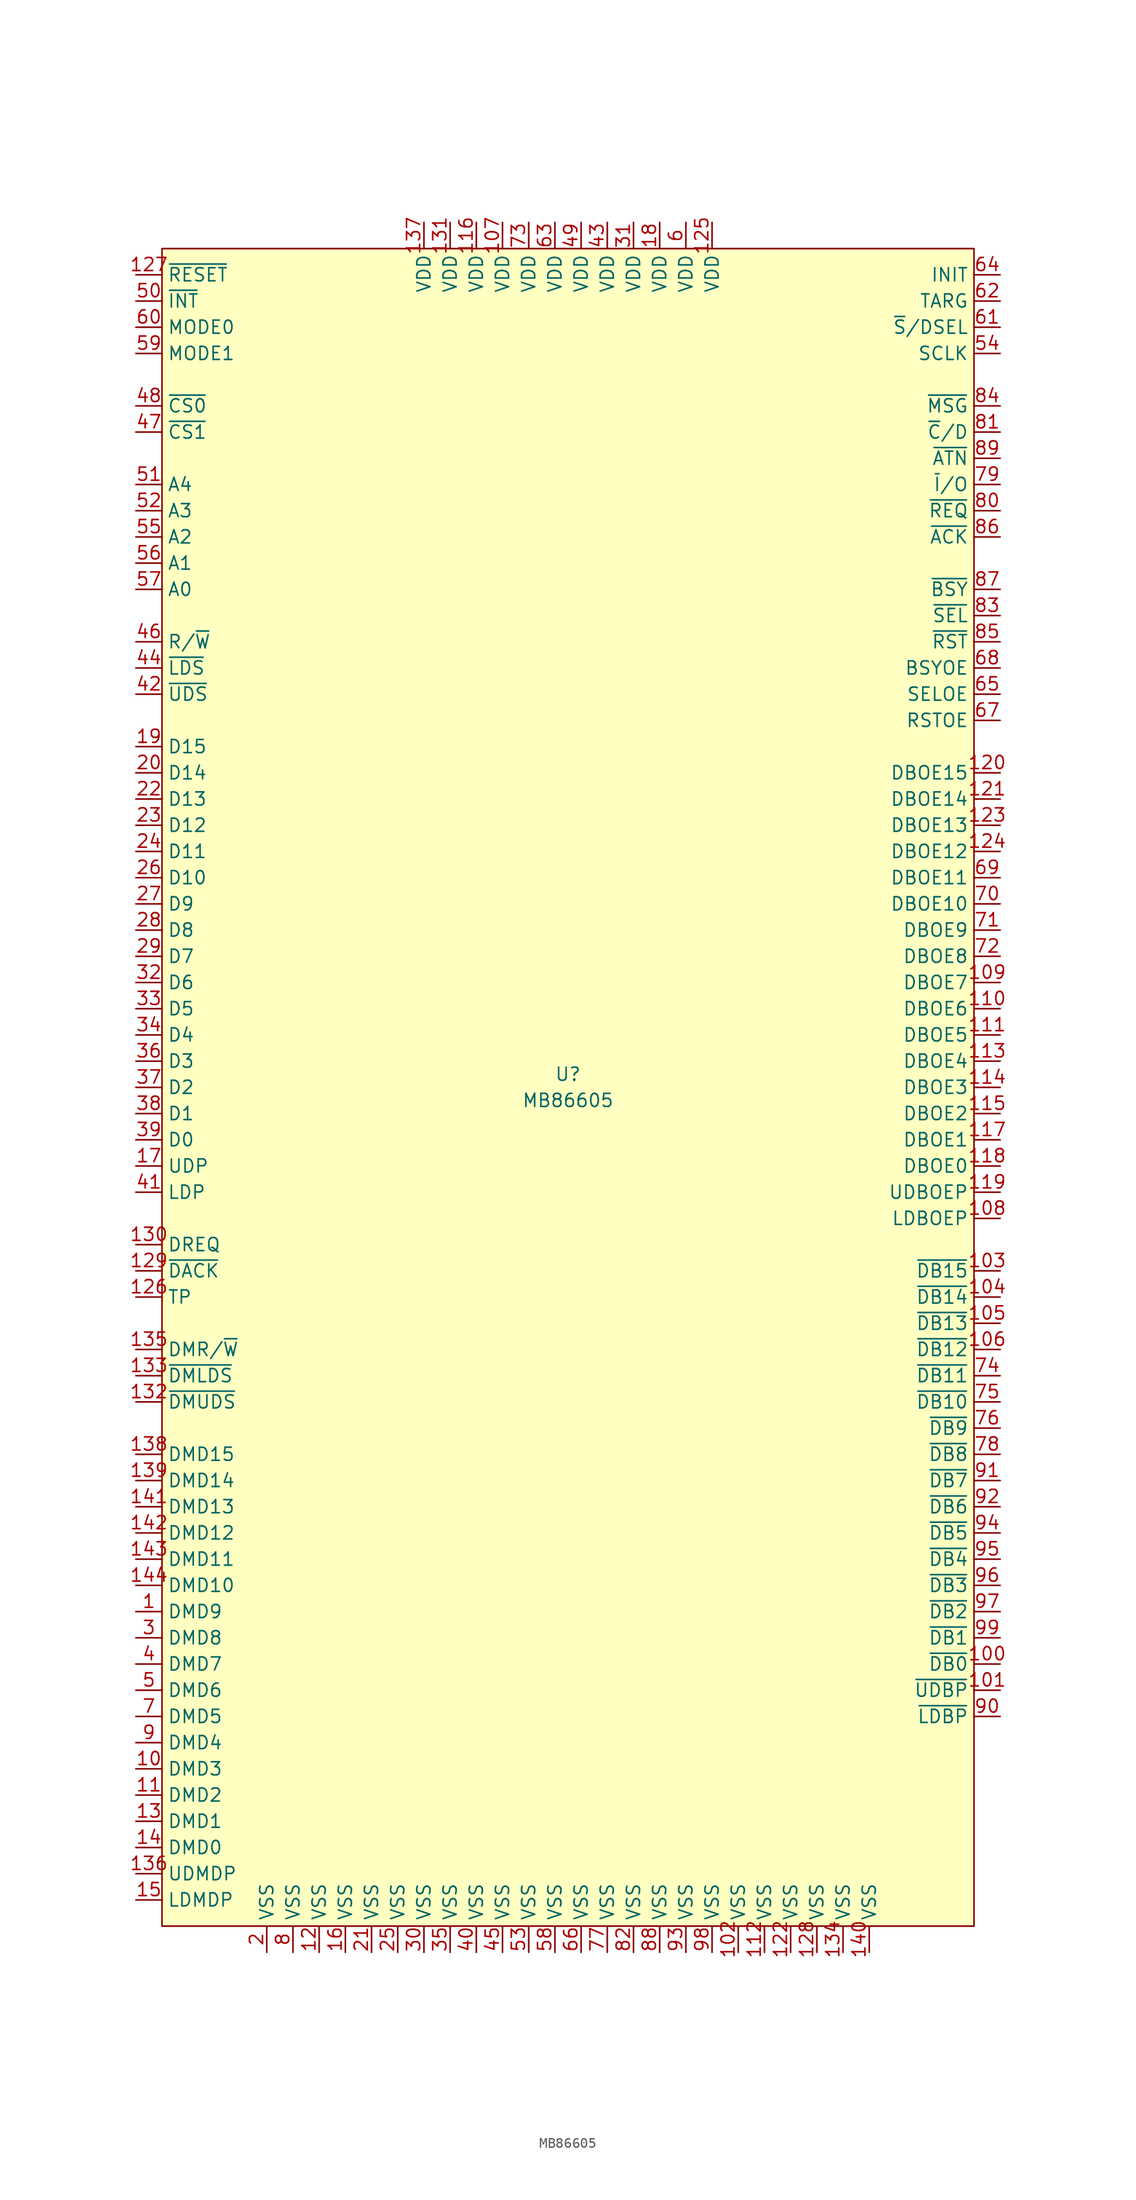
<source format=kicad_sym>
(kicad_symbol_lib
  (version 20220914)
  (generator kicad_symbol_editor)
  (symbol "MB86605"
    (property "Reference" "U"
      (at 0 1.27 0)
      (effects (font (size 1.27 1.27))))
    (property "Value" "MB86605"
      (at 0 -1.27 0)
      (effects (font (size 1.27 1.27))))
    (symbol "MB86605_0_0"
      (pin unspecified line (at -41.91 -50.8 0) (length 2.54) (name "DMD9" (effects (font (size 1.27 1.27)))) (number "1" (effects (font (size 1.27 1.27)))))
      (pin unspecified line (at -41.91 -66.04 0) (length 2.54) (name "DMD3" (effects (font (size 1.27 1.27)))) (number "10" (effects (font (size 1.27 1.27)))))
      (pin unspecified line (at 41.91 -55.88 180) (length 2.54) (name "~{DB0}" (effects (font (size 1.27 1.27)))) (number "100" (effects (font (size 1.27 1.27)))))
      (pin unspecified line (at 41.91 -58.42 180) (length 2.54) (name "~{UDBP}" (effects (font (size 1.27 1.27)))) (number "101" (effects (font (size 1.27 1.27)))))
      (pin unspecified line (at 16.51 -83.82 90) (length 2.54) (name "VSS" (effects (font (size 1.27 1.27)))) (number "102" (effects (font (size 1.27 1.27)))))
      (pin unspecified line (at 41.91 -17.78 180) (length 2.54) (name "~{DB15}" (effects (font (size 1.27 1.27)))) (number "103" (effects (font (size 1.27 1.27)))))
      (pin unspecified line (at 41.91 -20.32 180) (length 2.54) (name "~{DB14}" (effects (font (size 1.27 1.27)))) (number "104" (effects (font (size 1.27 1.27)))))
      (pin unspecified line (at 41.91 -22.86 180) (length 2.54) (name "~{DB13}" (effects (font (size 1.27 1.27)))) (number "105" (effects (font (size 1.27 1.27)))))
      (pin unspecified line (at 41.91 -25.4 180) (length 2.54) (name "~{DB12}" (effects (font (size 1.27 1.27)))) (number "106" (effects (font (size 1.27 1.27)))))
      (pin unspecified line (at -6.35 83.82 270) (length 2.54) (name "VDD" (effects (font (size 1.27 1.27)))) (number "107" (effects (font (size 1.27 1.27)))))
      (pin unspecified line (at 41.91 -12.7 180) (length 2.54) (name "LDBOEP" (effects (font (size 1.27 1.27)))) (number "108" (effects (font (size 1.27 1.27)))))
      (pin unspecified line (at 41.91 10.16 180) (length 2.54) (name "DBOE7" (effects (font (size 1.27 1.27)))) (number "109" (effects (font (size 1.27 1.27)))))
      (pin unspecified line (at -41.91 -68.58 0) (length 2.54) (name "DMD2" (effects (font (size 1.27 1.27)))) (number "11" (effects (font (size 1.27 1.27)))))
      (pin unspecified line (at 41.91 7.62 180) (length 2.54) (name "DBOE6" (effects (font (size 1.27 1.27)))) (number "110" (effects (font (size 1.27 1.27)))))
      (pin unspecified line (at 41.91 5.08 180) (length 2.54) (name "DBOE5" (effects (font (size 1.27 1.27)))) (number "111" (effects (font (size 1.27 1.27)))))
      (pin unspecified line (at 19.05 -83.82 90) (length 2.54) (name "VSS" (effects (font (size 1.27 1.27)))) (number "112" (effects (font (size 1.27 1.27)))))
      (pin unspecified line (at 41.91 2.54 180) (length 2.54) (name "DBOE4" (effects (font (size 1.27 1.27)))) (number "113" (effects (font (size 1.27 1.27)))))
      (pin unspecified line (at 41.91 0 180) (length 2.54) (name "DBOE3" (effects (font (size 1.27 1.27)))) (number "114" (effects (font (size 1.27 1.27)))))
      (pin unspecified line (at 41.91 -2.54 180) (length 2.54) (name "DBOE2" (effects (font (size 1.27 1.27)))) (number "115" (effects (font (size 1.27 1.27)))))
      (pin unspecified line (at -8.89 83.82 270) (length 2.54) (name "VDD" (effects (font (size 1.27 1.27)))) (number "116" (effects (font (size 1.27 1.27)))))
      (pin unspecified line (at 41.91 -5.08 180) (length 2.54) (name "DBOE1" (effects (font (size 1.27 1.27)))) (number "117" (effects (font (size 1.27 1.27)))))
      (pin unspecified line (at 41.91 -7.62 180) (length 2.54) (name "DBOE0" (effects (font (size 1.27 1.27)))) (number "118" (effects (font (size 1.27 1.27)))))
      (pin unspecified line (at 41.91 -10.16 180) (length 2.54) (name "UDBOEP" (effects (font (size 1.27 1.27)))) (number "119" (effects (font (size 1.27 1.27)))))
      (pin unspecified line (at -24.13 -83.82 90) (length 2.54) (name "VSS" (effects (font (size 1.27 1.27)))) (number "12" (effects (font (size 1.27 1.27)))))
      (pin unspecified line (at 41.91 30.48 180) (length 2.54) (name "DBOE15" (effects (font (size 1.27 1.27)))) (number "120" (effects (font (size 1.27 1.27)))))
      (pin unspecified line (at 41.91 27.94 180) (length 2.54) (name "DBOE14" (effects (font (size 1.27 1.27)))) (number "121" (effects (font (size 1.27 1.27)))))
      (pin unspecified line (at 21.59 -83.82 90) (length 2.54) (name "VSS" (effects (font (size 1.27 1.27)))) (number "122" (effects (font (size 1.27 1.27)))))
      (pin unspecified line (at 41.91 25.4 180) (length 2.54) (name "DBOE13" (effects (font (size 1.27 1.27)))) (number "123" (effects (font (size 1.27 1.27)))))
      (pin unspecified line (at 41.91 22.86 180) (length 2.54) (name "DBOE12" (effects (font (size 1.27 1.27)))) (number "124" (effects (font (size 1.27 1.27)))))
      (pin unspecified line (at -41.91 -20.32 0) (length 2.54) (name "TP" (effects (font (size 1.27 1.27)))) (number "126" (effects (font (size 1.27 1.27)))))
      (pin unspecified line (at -41.91 78.74 0) (length 2.54) (name "~{RESET}" (effects (font (size 1.27 1.27)))) (number "127" (effects (font (size 1.27 1.27)))))
      (pin unspecified line (at 24.13 -83.82 90) (length 2.54) (name "VSS" (effects (font (size 1.27 1.27)))) (number "128" (effects (font (size 1.27 1.27)))))
      (pin unspecified line (at -41.91 -17.78 0) (length 2.54) (name "~{DACK}" (effects (font (size 1.27 1.27)))) (number "129" (effects (font (size 1.27 1.27)))))
      (pin unspecified line (at -41.91 -71.12 0) (length 2.54) (name "DMD1" (effects (font (size 1.27 1.27)))) (number "13" (effects (font (size 1.27 1.27)))))
      (pin unspecified line (at -41.91 -15.24 0) (length 2.54) (name "DREQ" (effects (font (size 1.27 1.27)))) (number "130" (effects (font (size 1.27 1.27)))))
      (pin unspecified line (at -11.43 83.82 270) (length 2.54) (name "VDD" (effects (font (size 1.27 1.27)))) (number "131" (effects (font (size 1.27 1.27)))))
      (pin unspecified line (at -41.91 -30.48 0) (length 2.54) (name "~{DMUDS}" (effects (font (size 1.27 1.27)))) (number "132" (effects (font (size 1.27 1.27)))))
      (pin unspecified line (at -41.91 -27.94 0) (length 2.54) (name "~{DMLDS}" (effects (font (size 1.27 1.27)))) (number "133" (effects (font (size 1.27 1.27)))))
      (pin unspecified line (at 26.67 -83.82 90) (length 2.54) (name "VSS" (effects (font (size 1.27 1.27)))) (number "134" (effects (font (size 1.27 1.27)))))
      (pin unspecified line (at -41.91 -25.4 0) (length 2.54) (name "DMR/~{W}" (effects (font (size 1.27 1.27)))) (number "135" (effects (font (size 1.27 1.27)))))
      (pin unspecified line (at -41.91 -76.2 0) (length 2.54) (name "UDMDP" (effects (font (size 1.27 1.27)))) (number "136" (effects (font (size 1.27 1.27)))))
      (pin unspecified line (at -13.97 83.82 270) (length 2.54) (name "VDD" (effects (font (size 1.27 1.27)))) (number "137" (effects (font (size 1.27 1.27)))))
      (pin unspecified line (at -41.91 -35.56 0) (length 2.54) (name "DMD15" (effects (font (size 1.27 1.27)))) (number "138" (effects (font (size 1.27 1.27)))))
      (pin unspecified line (at -41.91 -38.1 0) (length 2.54) (name "DMD14" (effects (font (size 1.27 1.27)))) (number "139" (effects (font (size 1.27 1.27)))))
      (pin unspecified line (at -41.91 -73.66 0) (length 2.54) (name "DMD0" (effects (font (size 1.27 1.27)))) (number "14" (effects (font (size 1.27 1.27)))))
      (pin unspecified line (at 29.21 -83.82 90) (length 2.54) (name "VSS" (effects (font (size 1.27 1.27)))) (number "140" (effects (font (size 1.27 1.27)))))
      (pin unspecified line (at -41.91 -40.64 0) (length 2.54) (name "DMD13" (effects (font (size 1.27 1.27)))) (number "141" (effects (font (size 1.27 1.27)))))
      (pin unspecified line (at -41.91 -43.18 0) (length 2.54) (name "DMD12" (effects (font (size 1.27 1.27)))) (number "142" (effects (font (size 1.27 1.27)))))
      (pin unspecified line (at -41.91 -45.72 0) (length 2.54) (name "DMD11" (effects (font (size 1.27 1.27)))) (number "143" (effects (font (size 1.27 1.27)))))
      (pin unspecified line (at -41.91 -48.26 0) (length 2.54) (name "DMD10" (effects (font (size 1.27 1.27)))) (number "144" (effects (font (size 1.27 1.27)))))
      (pin unspecified line (at -41.91 -78.74 0) (length 2.54) (name "LDMDP" (effects (font (size 1.27 1.27)))) (number "15" (effects (font (size 1.27 1.27)))))
      (pin unspecified line (at -21.59 -83.82 90) (length 2.54) (name "VSS" (effects (font (size 1.27 1.27)))) (number "16" (effects (font (size 1.27 1.27)))))
      (pin unspecified line (at -41.91 -7.62 0) (length 2.54) (name "UDP" (effects (font (size 1.27 1.27)))) (number "17" (effects (font (size 1.27 1.27)))))
      (pin unspecified line (at 8.89 83.82 270) (length 2.54) (name "VDD" (effects (font (size 1.27 1.27)))) (number "18" (effects (font (size 1.27 1.27)))))
      (pin unspecified line (at -41.91 33.02 0) (length 2.54) (name "D15" (effects (font (size 1.27 1.27)))) (number "19" (effects (font (size 1.27 1.27)))))
      (pin unspecified line (at -29.21 -83.82 90) (length 2.54) (name "VSS" (effects (font (size 1.27 1.27)))) (number "2" (effects (font (size 1.27 1.27)))))
      (pin unspecified line (at -41.91 30.48 0) (length 2.54) (name "D14" (effects (font (size 1.27 1.27)))) (number "20" (effects (font (size 1.27 1.27)))))
      (pin unspecified line (at -19.05 -83.82 90) (length 2.54) (name "VSS" (effects (font (size 1.27 1.27)))) (number "21" (effects (font (size 1.27 1.27)))))
      (pin unspecified line (at -41.91 27.94 0) (length 2.54) (name "D13" (effects (font (size 1.27 1.27)))) (number "22" (effects (font (size 1.27 1.27)))))
      (pin unspecified line (at -41.91 25.4 0) (length 2.54) (name "D12" (effects (font (size 1.27 1.27)))) (number "23" (effects (font (size 1.27 1.27)))))
      (pin unspecified line (at -41.91 22.86 0) (length 2.54) (name "D11" (effects (font (size 1.27 1.27)))) (number "24" (effects (font (size 1.27 1.27)))))
      (pin unspecified line (at -16.51 -83.82 90) (length 2.54) (name "VSS" (effects (font (size 1.27 1.27)))) (number "25" (effects (font (size 1.27 1.27)))))
      (pin unspecified line (at -41.91 20.32 0) (length 2.54) (name "D10" (effects (font (size 1.27 1.27)))) (number "26" (effects (font (size 1.27 1.27)))))
      (pin unspecified line (at -41.91 17.78 0) (length 2.54) (name "D9" (effects (font (size 1.27 1.27)))) (number "27" (effects (font (size 1.27 1.27)))))
      (pin unspecified line (at -41.91 15.24 0) (length 2.54) (name "D8" (effects (font (size 1.27 1.27)))) (number "28" (effects (font (size 1.27 1.27)))))
      (pin unspecified line (at -41.91 12.7 0) (length 2.54) (name "D7" (effects (font (size 1.27 1.27)))) (number "29" (effects (font (size 1.27 1.27)))))
      (pin unspecified line (at -41.91 -53.34 0) (length 2.54) (name "DMD8" (effects (font (size 1.27 1.27)))) (number "3" (effects (font (size 1.27 1.27)))))
      (pin unspecified line (at -13.97 -83.82 90) (length 2.54) (name "VSS" (effects (font (size 1.27 1.27)))) (number "30" (effects (font (size 1.27 1.27)))))
      (pin unspecified line (at 6.35 83.82 270) (length 2.54) (name "VDD" (effects (font (size 1.27 1.27)))) (number "31" (effects (font (size 1.27 1.27)))))
      (pin unspecified line (at -41.91 10.16 0) (length 2.54) (name "D6" (effects (font (size 1.27 1.27)))) (number "32" (effects (font (size 1.27 1.27)))))
      (pin unspecified line (at -41.91 7.62 0) (length 2.54) (name "D5" (effects (font (size 1.27 1.27)))) (number "33" (effects (font (size 1.27 1.27)))))
      (pin unspecified line (at -41.91 5.08 0) (length 2.54) (name "D4" (effects (font (size 1.27 1.27)))) (number "34" (effects (font (size 1.27 1.27)))))
      (pin unspecified line (at -11.43 -83.82 90) (length 2.54) (name "VSS" (effects (font (size 1.27 1.27)))) (number "35" (effects (font (size 1.27 1.27)))))
      (pin unspecified line (at -41.91 2.54 0) (length 2.54) (name "D3" (effects (font (size 1.27 1.27)))) (number "36" (effects (font (size 1.27 1.27)))))
      (pin unspecified line (at -41.91 0 0) (length 2.54) (name "D2" (effects (font (size 1.27 1.27)))) (number "37" (effects (font (size 1.27 1.27)))))
      (pin unspecified line (at -41.91 -2.54 0) (length 2.54) (name "D1" (effects (font (size 1.27 1.27)))) (number "38" (effects (font (size 1.27 1.27)))))
      (pin unspecified line (at -41.91 -5.08 0) (length 2.54) (name "D0" (effects (font (size 1.27 1.27)))) (number "39" (effects (font (size 1.27 1.27)))))
      (pin unspecified line (at -41.91 -55.88 0) (length 2.54) (name "DMD7" (effects (font (size 1.27 1.27)))) (number "4" (effects (font (size 1.27 1.27)))))
      (pin unspecified line (at -8.89 -83.82 90) (length 2.54) (name "VSS" (effects (font (size 1.27 1.27)))) (number "40" (effects (font (size 1.27 1.27)))))
      (pin unspecified line (at -41.91 -10.16 0) (length 2.54) (name "LDP" (effects (font (size 1.27 1.27)))) (number "41" (effects (font (size 1.27 1.27)))))
      (pin unspecified line (at -41.91 38.1 0) (length 2.54) (name "~{UDS}" (effects (font (size 1.27 1.27)))) (number "42" (effects (font (size 1.27 1.27)))))
      (pin unspecified line (at 3.81 83.82 270) (length 2.54) (name "VDD" (effects (font (size 1.27 1.27)))) (number "43" (effects (font (size 1.27 1.27)))))
      (pin unspecified line (at -41.91 40.64 0) (length 2.54) (name "~{LDS}" (effects (font (size 1.27 1.27)))) (number "44" (effects (font (size 1.27 1.27)))))
      (pin unspecified line (at -6.35 -83.82 90) (length 2.54) (name "VSS" (effects (font (size 1.27 1.27)))) (number "45" (effects (font (size 1.27 1.27)))))
      (pin unspecified line (at -41.91 43.18 0) (length 2.54) (name "R/~{W}" (effects (font (size 1.27 1.27)))) (number "46" (effects (font (size 1.27 1.27)))))
      (pin unspecified line (at -41.91 63.5 0) (length 2.54) (name "~{CS1}" (effects (font (size 1.27 1.27)))) (number "47" (effects (font (size 1.27 1.27)))))
      (pin unspecified line (at -41.91 66.04 0) (length 2.54) (name "~{CS0}" (effects (font (size 1.27 1.27)))) (number "48" (effects (font (size 1.27 1.27)))))
      (pin unspecified line (at 1.27 83.82 270) (length 2.54) (name "VDD" (effects (font (size 1.27 1.27)))) (number "49" (effects (font (size 1.27 1.27)))))
      (pin unspecified line (at -41.91 -58.42 0) (length 2.54) (name "DMD6" (effects (font (size 1.27 1.27)))) (number "5" (effects (font (size 1.27 1.27)))))
      (pin unspecified line (at -41.91 76.2 0) (length 2.54) (name "~{INT}" (effects (font (size 1.27 1.27)))) (number "50" (effects (font (size 1.27 1.27)))))
      (pin unspecified line (at -41.91 58.42 0) (length 2.54) (name "A4" (effects (font (size 1.27 1.27)))) (number "51" (effects (font (size 1.27 1.27)))))
      (pin unspecified line (at -41.91 55.88 0) (length 2.54) (name "A3" (effects (font (size 1.27 1.27)))) (number "52" (effects (font (size 1.27 1.27)))))
      (pin unspecified line (at -3.81 -83.82 90) (length 2.54) (name "VSS" (effects (font (size 1.27 1.27)))) (number "53" (effects (font (size 1.27 1.27)))))
      (pin unspecified line (at 41.91 71.12 180) (length 2.54) (name "SCLK" (effects (font (size 1.27 1.27)))) (number "54" (effects (font (size 1.27 1.27)))))
      (pin unspecified line (at -41.91 53.34 0) (length 2.54) (name "A2" (effects (font (size 1.27 1.27)))) (number "55" (effects (font (size 1.27 1.27)))))
      (pin unspecified line (at -41.91 50.8 0) (length 2.54) (name "A1" (effects (font (size 1.27 1.27)))) (number "56" (effects (font (size 1.27 1.27)))))
      (pin unspecified line (at -41.91 48.26 0) (length 2.54) (name "A0" (effects (font (size 1.27 1.27)))) (number "57" (effects (font (size 1.27 1.27)))))
      (pin unspecified line (at -1.27 -83.82 90) (length 2.54) (name "VSS" (effects (font (size 1.27 1.27)))) (number "58" (effects (font (size 1.27 1.27)))))
      (pin unspecified line (at -41.91 71.12 0) (length 2.54) (name "MODE1" (effects (font (size 1.27 1.27)))) (number "59" (effects (font (size 1.27 1.27)))))
      (pin unspecified line (at 11.43 83.82 270) (length 2.54) (name "VDD" (effects (font (size 1.27 1.27)))) (number "6" (effects (font (size 1.27 1.27)))))
      (pin unspecified line (at -41.91 73.66 0) (length 2.54) (name "MODE0" (effects (font (size 1.27 1.27)))) (number "60" (effects (font (size 1.27 1.27)))))
      (pin unspecified line (at 41.91 73.66 180) (length 2.54) (name "~{S}/DSEL" (effects (font (size 1.27 1.27)))) (number "61" (effects (font (size 1.27 1.27)))))
      (pin unspecified line (at 41.91 76.2 180) (length 2.54) (name "TARG" (effects (font (size 1.27 1.27)))) (number "62" (effects (font (size 1.27 1.27)))))
      (pin unspecified line (at -1.27 83.82 270) (length 2.54) (name "VDD" (effects (font (size 1.27 1.27)))) (number "63" (effects (font (size 1.27 1.27)))))
      (pin unspecified line (at 41.91 78.74 180) (length 2.54) (name "INIT" (effects (font (size 1.27 1.27)))) (number "64" (effects (font (size 1.27 1.27)))))
      (pin unspecified line (at 41.91 38.1 180) (length 2.54) (name "SELOE" (effects (font (size 1.27 1.27)))) (number "65" (effects (font (size 1.27 1.27)))))
      (pin unspecified line (at 1.27 -83.82 90) (length 2.54) (name "VSS" (effects (font (size 1.27 1.27)))) (number "66" (effects (font (size 1.27 1.27)))))
      (pin unspecified line (at 41.91 35.56 180) (length 2.54) (name "RSTOE" (effects (font (size 1.27 1.27)))) (number "67" (effects (font (size 1.27 1.27)))))
      (pin unspecified line (at 41.91 40.64 180) (length 2.54) (name "BSYOE" (effects (font (size 1.27 1.27)))) (number "68" (effects (font (size 1.27 1.27)))))
      (pin unspecified line (at 41.91 20.32 180) (length 2.54) (name "DBOE11" (effects (font (size 1.27 1.27)))) (number "69" (effects (font (size 1.27 1.27)))))
      (pin unspecified line (at -41.91 -60.96 0) (length 2.54) (name "DMD5" (effects (font (size 1.27 1.27)))) (number "7" (effects (font (size 1.27 1.27)))))
      (pin unspecified line (at 41.91 17.78 180) (length 2.54) (name "DBOE10" (effects (font (size 1.27 1.27)))) (number "70" (effects (font (size 1.27 1.27)))))
      (pin unspecified line (at 41.91 15.24 180) (length 2.54) (name "DBOE9" (effects (font (size 1.27 1.27)))) (number "71" (effects (font (size 1.27 1.27)))))
      (pin unspecified line (at 41.91 12.7 180) (length 2.54) (name "DBOE8" (effects (font (size 1.27 1.27)))) (number "72" (effects (font (size 1.27 1.27)))))
      (pin unspecified line (at -3.81 83.82 270) (length 2.54) (name "VDD" (effects (font (size 1.27 1.27)))) (number "73" (effects (font (size 1.27 1.27)))))
      (pin unspecified line (at 41.91 -27.94 180) (length 2.54) (name "~{DB11}" (effects (font (size 1.27 1.27)))) (number "74" (effects (font (size 1.27 1.27)))))
      (pin unspecified line (at 41.91 -30.48 180) (length 2.54) (name "~{DB10}" (effects (font (size 1.27 1.27)))) (number "75" (effects (font (size 1.27 1.27)))))
      (pin unspecified line (at 41.91 -33.02 180) (length 2.54) (name "~{DB9}" (effects (font (size 1.27 1.27)))) (number "76" (effects (font (size 1.27 1.27)))))
      (pin unspecified line (at 3.81 -83.82 90) (length 2.54) (name "VSS" (effects (font (size 1.27 1.27)))) (number "77" (effects (font (size 1.27 1.27)))))
      (pin unspecified line (at 41.91 -35.56 180) (length 2.54) (name "~{DB8}" (effects (font (size 1.27 1.27)))) (number "78" (effects (font (size 1.27 1.27)))))
      (pin unspecified line (at 41.91 58.42 180) (length 2.54) (name "~{I}/O" (effects (font (size 1.27 1.27)))) (number "79" (effects (font (size 1.27 1.27)))))
      (pin unspecified line (at -26.67 -83.82 90) (length 2.54) (name "VSS" (effects (font (size 1.27 1.27)))) (number "8" (effects (font (size 1.27 1.27)))))
      (pin unspecified line (at 41.91 55.88 180) (length 2.54) (name "~{REQ}" (effects (font (size 1.27 1.27)))) (number "80" (effects (font (size 1.27 1.27)))))
      (pin unspecified line (at 41.91 63.5 180) (length 2.54) (name "~{C}/D" (effects (font (size 1.27 1.27)))) (number "81" (effects (font (size 1.27 1.27)))))
      (pin unspecified line (at 6.35 -83.82 90) (length 2.54) (name "VSS" (effects (font (size 1.27 1.27)))) (number "82" (effects (font (size 1.27 1.27)))))
      (pin unspecified line (at 41.91 45.72 180) (length 2.54) (name "~{SEL}" (effects (font (size 1.27 1.27)))) (number "83" (effects (font (size 1.27 1.27)))))
      (pin unspecified line (at 41.91 66.04 180) (length 2.54) (name "~{MSG}" (effects (font (size 1.27 1.27)))) (number "84" (effects (font (size 1.27 1.27)))))
      (pin unspecified line (at 41.91 43.18 180) (length 2.54) (name "~{RST}" (effects (font (size 1.27 1.27)))) (number "85" (effects (font (size 1.27 1.27)))))
      (pin unspecified line (at 41.91 53.34 180) (length 2.54) (name "~{ACK}" (effects (font (size 1.27 1.27)))) (number "86" (effects (font (size 1.27 1.27)))))
      (pin unspecified line (at 41.91 48.26 180) (length 2.54) (name "~{BSY}" (effects (font (size 1.27 1.27)))) (number "87" (effects (font (size 1.27 1.27)))))
      (pin unspecified line (at 8.89 -83.82 90) (length 2.54) (name "VSS" (effects (font (size 1.27 1.27)))) (number "88" (effects (font (size 1.27 1.27)))))
      (pin unspecified line (at 41.91 60.96 180) (length 2.54) (name "~{ATN}" (effects (font (size 1.27 1.27)))) (number "89" (effects (font (size 1.27 1.27)))))
      (pin unspecified line (at -41.91 -63.5 0) (length 2.54) (name "DMD4" (effects (font (size 1.27 1.27)))) (number "9" (effects (font (size 1.27 1.27)))))
      (pin unspecified line (at 41.91 -60.96 180) (length 2.54) (name "~{LDBP}" (effects (font (size 1.27 1.27)))) (number "90" (effects (font (size 1.27 1.27)))))
      (pin unspecified line (at 41.91 -38.1 180) (length 2.54) (name "~{DB7}" (effects (font (size 1.27 1.27)))) (number "91" (effects (font (size 1.27 1.27)))))
      (pin unspecified line (at 41.91 -40.64 180) (length 2.54) (name "~{DB6}" (effects (font (size 1.27 1.27)))) (number "92" (effects (font (size 1.27 1.27)))))
      (pin unspecified line (at 11.43 -83.82 90) (length 2.54) (name "VSS" (effects (font (size 1.27 1.27)))) (number "93" (effects (font (size 1.27 1.27)))))
      (pin unspecified line (at 41.91 -43.18 180) (length 2.54) (name "~{DB5}" (effects (font (size 1.27 1.27)))) (number "94" (effects (font (size 1.27 1.27)))))
      (pin unspecified line (at 41.91 -45.72 180) (length 2.54) (name "~{DB4}" (effects (font (size 1.27 1.27)))) (number "95" (effects (font (size 1.27 1.27)))))
      (pin unspecified line (at 41.91 -48.26 180) (length 2.54) (name "~{DB3}" (effects (font (size 1.27 1.27)))) (number "96" (effects (font (size 1.27 1.27)))))
      (pin unspecified line (at 41.91 -50.8 180) (length 2.54) (name "~{DB2}" (effects (font (size 1.27 1.27)))) (number "97" (effects (font (size 1.27 1.27)))))
      (pin unspecified line (at 13.97 -83.82 90) (length 2.54) (name "VSS" (effects (font (size 1.27 1.27)))) (number "98" (effects (font (size 1.27 1.27)))))
      (pin unspecified line (at 41.91 -53.34 180) (length 2.54) (name "~{DB1}" (effects (font (size 1.27 1.27)))) (number "99" (effects (font (size 1.27 1.27))))))
    (symbol "MB86605_1_0"
      (pin unspecified line (at 13.97 83.82 270) (length 2.54) (name "VDD" (effects (font (size 1.27 1.27)))) (number "125" (effects (font (size 1.27 1.27))))))
    (symbol "MB86605_1_1"
      (rectangle (start -39.37 81.28) (end 39.37 -81.28) (stroke (width 0) (type default)) (fill (type background))))))
</source>
